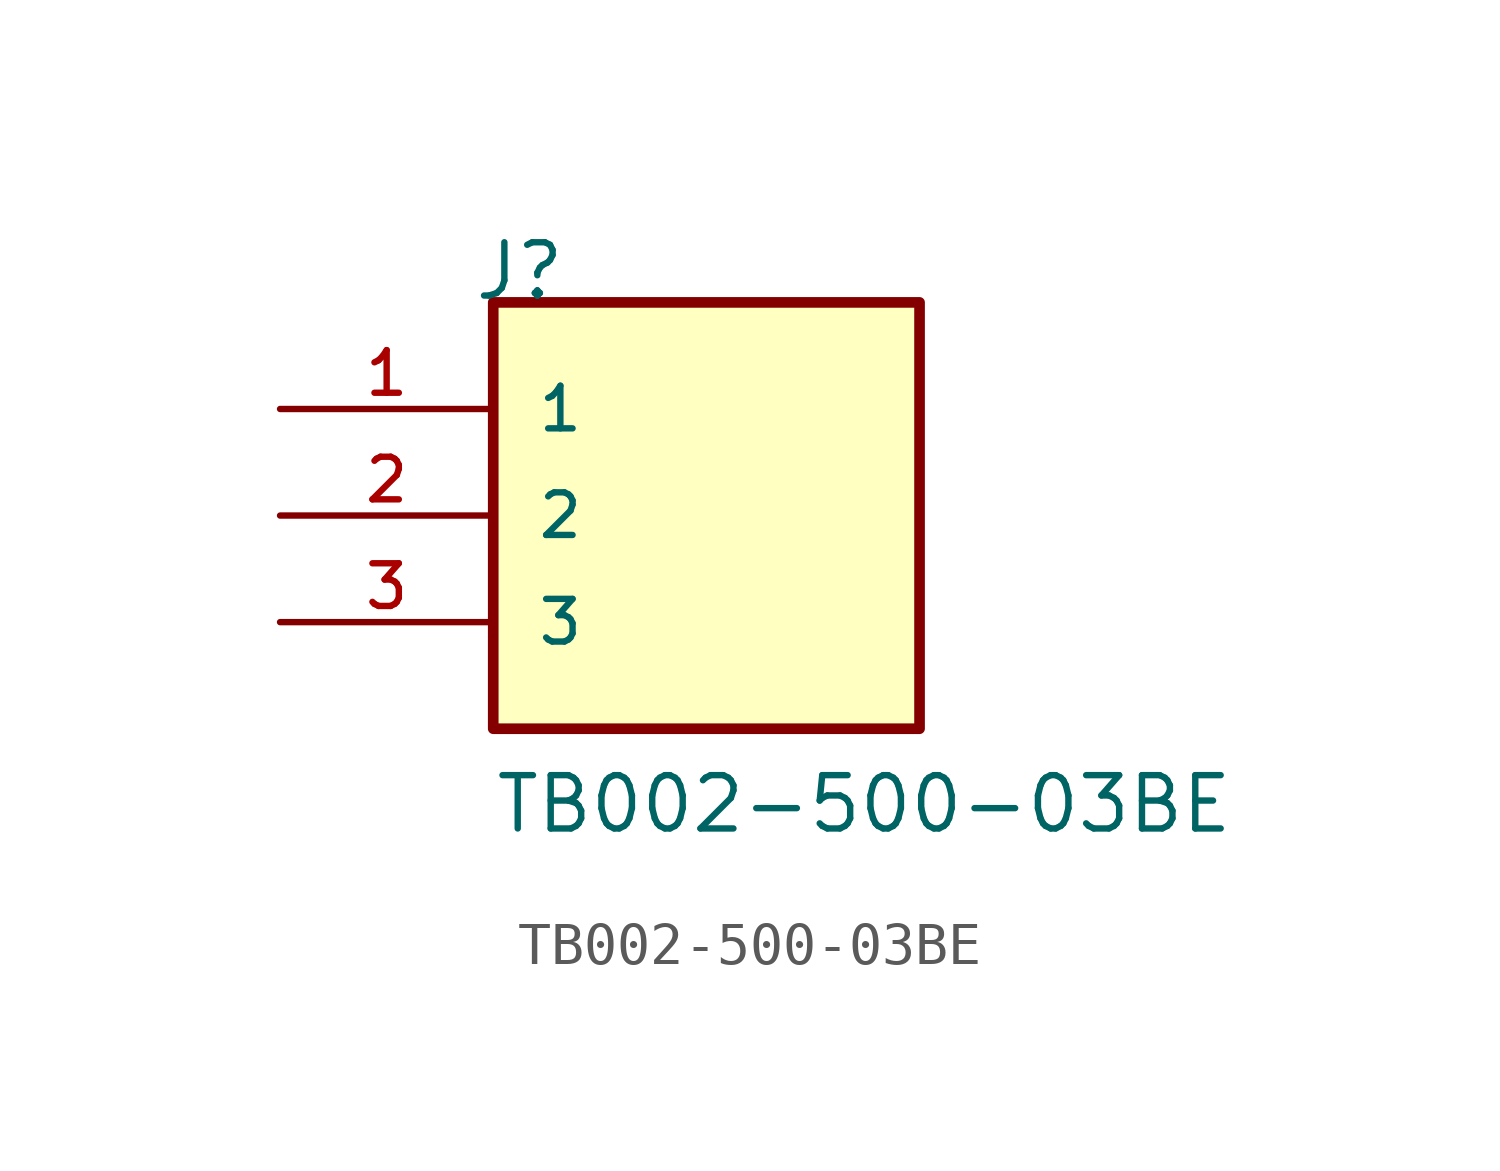
<source format=kicad_sym>
(kicad_symbol_lib
  (version 20211014)
  (generator kicad_symbol_editor)
  (symbol "TB002-500-03BE"
    (pin_names
      (offset 1.016))
    (property "Reference" "J"
      (at -5.58 5.08 0)
      (effects (font (size 1.27 1.27)) (justify left bottom)))
    (property "Value" "TB002-500-03BE"
      (at -5.08 -7.62 0)
      (effects (font (size 1.27 1.27)) (justify left bottom)))
    (symbol "TB002-500-03BE_0_0"
      (rectangle (start -5.08 -5.08) (end 5.08 5.08) (stroke (width 0.254) (type default) (color 0 0 0 0)) (fill (type background)))
      (pin passive line (at -10.16 2.54 0) (length 5.08) (name "1" (effects (font (size 1.016 1.016)))) (number "1" (effects (font (size 1.016 1.016)))))
      (pin passive line (at -10.16 0 0) (length 5.08) (name "2" (effects (font (size 1.016 1.016)))) (number "2" (effects (font (size 1.016 1.016)))))
      (pin passive line (at -10.16 -2.54 0) (length 5.08) (name "3" (effects (font (size 1.016 1.016)))) (number "3" (effects (font (size 1.016 1.016))))))))
</source>
